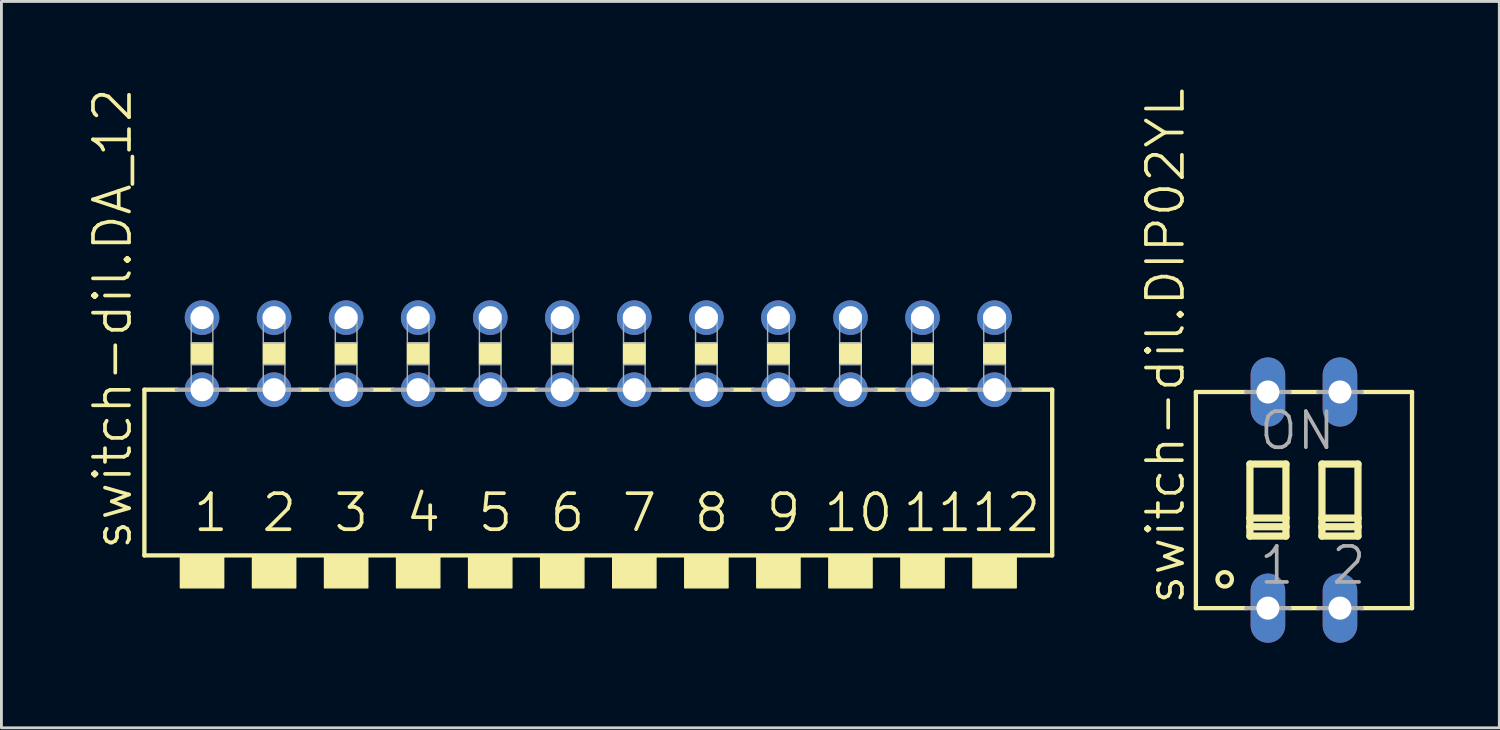
<source format=kicad_pcb>
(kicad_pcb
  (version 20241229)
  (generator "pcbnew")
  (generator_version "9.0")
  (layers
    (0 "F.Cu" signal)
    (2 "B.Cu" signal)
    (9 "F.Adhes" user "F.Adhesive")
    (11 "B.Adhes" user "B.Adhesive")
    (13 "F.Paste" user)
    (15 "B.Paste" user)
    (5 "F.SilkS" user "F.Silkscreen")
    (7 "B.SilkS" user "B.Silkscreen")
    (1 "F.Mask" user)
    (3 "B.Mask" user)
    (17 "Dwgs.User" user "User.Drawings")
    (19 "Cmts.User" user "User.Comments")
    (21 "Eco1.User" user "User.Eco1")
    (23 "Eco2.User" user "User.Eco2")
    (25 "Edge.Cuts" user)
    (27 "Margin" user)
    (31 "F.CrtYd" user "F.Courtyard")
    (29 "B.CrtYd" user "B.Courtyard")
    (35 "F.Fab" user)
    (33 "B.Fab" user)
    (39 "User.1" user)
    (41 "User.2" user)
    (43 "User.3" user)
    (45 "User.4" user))
  (footprint "switch-dil.DIP02YL"
    (layer "F.Cu")
    (at 42.921 14.58)
    (property "Reference" "switch-dil.DIP02YL" (at -4.14 3.759 90) (layer "F.SilkS") (effects (font (size 1.27 1.27) (thickness 0.13)) (justify left bottom)))
    (attr through_hole)
    (fp_line (start -3.81 -3.81) (end -3.81 3.81) (stroke (width 0.152) (type default)) (layer "F.SilkS"))
    (fp_line (start -3.81 -3.81) (end -2.032 -3.81) (stroke (width 0.152) (type default)) (layer "F.SilkS"))
    (fp_line (start -3.81 3.81) (end -2.032 3.81) (stroke (width 0.152) (type default)) (layer "F.SilkS"))
    (fp_line (start -1.905 -1.27) (end -1.905 0.635) (stroke (width 0.254) (type default)) (layer "F.SilkS"))
    (fp_line (start -1.905 0.635) (end -1.905 0.94) (stroke (width 0.254) (type default)) (layer "F.SilkS"))
    (fp_line (start -1.905 0.635) (end -0.635 0.635) (stroke (width 0.254) (type default)) (layer "F.SilkS"))
    (fp_line (start -1.905 0.94) (end -1.905 1.27) (stroke (width 0.254) (type default)) (layer "F.SilkS"))
    (fp_line (start -1.905 0.94) (end -0.635 0.94) (stroke (width 0.254) (type default)) (layer "F.SilkS"))
    (fp_line (start -1.905 1.27) (end -0.635 1.27) (stroke (width 0.254) (type default)) (layer "F.SilkS"))
    (fp_line (start -0.635 -1.27) (end -1.905 -1.27) (stroke (width 0.254) (type default)) (layer "F.SilkS"))
    (fp_line (start -0.635 0.635) (end -0.635 -1.27) (stroke (width 0.254) (type default)) (layer "F.SilkS"))
    (fp_line (start -0.635 0.94) (end -0.635 0.635) (stroke (width 0.254) (type default)) (layer "F.SilkS"))
    (fp_line (start -0.635 1.27) (end -0.635 0.94) (stroke (width 0.254) (type default)) (layer "F.SilkS"))
    (fp_line (start -0.508 3.81) (end 0.508 3.81) (stroke (width 0.152) (type default)) (layer "F.SilkS"))
    (fp_line (start 0.508 -3.81) (end -0.508 -3.81) (stroke (width 0.152) (type default)) (layer "F.SilkS"))
    (fp_line (start 0.635 -1.27) (end 0.635 0.635) (stroke (width 0.254) (type default)) (layer "F.SilkS"))
    (fp_line (start 0.635 0.635) (end 0.635 0.94) (stroke (width 0.254) (type default)) (layer "F.SilkS"))
    (fp_line (start 0.635 0.635) (end 1.905 0.635) (stroke (width 0.254) (type default)) (layer "F.SilkS"))
    (fp_line (start 0.635 0.94) (end 0.635 1.27) (stroke (width 0.254) (type default)) (layer "F.SilkS"))
    (fp_line (start 0.635 0.94) (end 1.905 0.94) (stroke (width 0.254) (type default)) (layer "F.SilkS"))
    (fp_line (start 0.635 1.27) (end 1.905 1.27) (stroke (width 0.254) (type default)) (layer "F.SilkS"))
    (fp_line (start 1.905 -1.27) (end 0.635 -1.27) (stroke (width 0.254) (type default)) (layer "F.SilkS"))
    (fp_line (start 1.905 0.635) (end 1.905 -1.27) (stroke (width 0.254) (type default)) (layer "F.SilkS"))
    (fp_line (start 1.905 0.94) (end 1.905 0.635) (stroke (width 0.254) (type default)) (layer "F.SilkS"))
    (fp_line (start 1.905 1.27) (end 1.905 0.94) (stroke (width 0.254) (type default)) (layer "F.SilkS"))
    (fp_line (start 3.81 -3.81) (end 2.032 -3.81) (stroke (width 0.152) (type default)) (layer "F.SilkS"))
    (fp_line (start 3.81 3.81) (end 2.032 3.81) (stroke (width 0.152) (type default)) (layer "F.SilkS"))
    (fp_line (start 3.81 3.81) (end 3.81 -3.81) (stroke (width 0.152) (type default)) (layer "F.SilkS"))
    (fp_circle (center -2.794 2.794) (end -2.54 2.794) (stroke (width 0.152) (type default)) (fill no) (layer "F.SilkS"))
    (fp_line (start -2.032 3.81) (end -0.508 3.81) (stroke (width 0.152) (type default)) (layer "F.Fab"))
    (fp_line (start -0.508 -3.81) (end -2.032 -3.81) (stroke (width 0.152) (type default)) (layer "F.Fab"))
    (fp_line (start 0.508 3.81) (end 2.032 3.81) (stroke (width 0.152) (type default)) (layer "F.Fab"))
    (fp_line (start 2.032 -3.81) (end 0.508 -3.81) (stroke (width 0.152) (type default)) (layer "F.Fab"))
    (fp_text user "2" (at 0.889 3.048 0) (layer "F.Fab") (effects (font (size 1.27 1.27) (thickness 0.13)) (justify left bottom)))
    (fp_text user "ON" (at -1.651 -1.702 0) (layer "F.Fab") (effects (font (size 1.27 1.27) (thickness 0.13)) (justify left bottom)))
    (fp_text user "1" (at -1.651 3.048 0) (layer "F.Fab") (effects (font (size 1.27 1.27) (thickness 0.13)) (justify left bottom)))
    (pad "1" thru_hole oval (at -1.27 3.81 90) (size 2.438 1.219) (drill 0.813) (layers "*.Cu" "*.Mask"))
    (pad "2" thru_hole oval (at 1.27 3.81 90) (size 2.438 1.219) (drill 0.813) (layers "*.Cu" "*.Mask"))
    (pad "3" thru_hole oval (at 1.27 -3.81 90) (size 2.438 1.219) (drill 0.813) (layers "*.Cu" "*.Mask"))
    (pad "4" thru_hole oval (at -1.27 -3.81 90) (size 2.438 1.219) (drill 0.813) (layers "*.Cu" "*.Mask")))
  (footprint "switch-dil.DA_12"
    (layer "F.Cu")
    (at 18.043 9.419)
    (property "Reference" "switch-dil.DA_12" (at -16.383 6.985 90) (layer "F.SilkS") (effects (font (size 1.27 1.27) (thickness 0.13)) (justify left bottom)))
    (attr through_hole)
    (fp_line (start -16.002 1.27) (end -16.002 7.112) (stroke (width 0.152) (type default)) (layer "F.SilkS"))
    (fp_line (start -14.859 1.27) (end -16.002 1.27) (stroke (width 0.152) (type default)) (layer "F.SilkS"))
    (fp_line (start -12.319 1.27) (end -13.081 1.27) (stroke (width 0.152) (type default)) (layer "F.SilkS"))
    (fp_line (start -9.779 1.27) (end -10.541 1.27) (stroke (width 0.152) (type default)) (layer "F.SilkS"))
    (fp_line (start -7.239 1.27) (end -8.001 1.27) (stroke (width 0.152) (type default)) (layer "F.SilkS"))
    (fp_line (start -4.699 1.27) (end -5.461 1.27) (stroke (width 0.152) (type default)) (layer "F.SilkS"))
    (fp_line (start -2.159 1.27) (end -2.921 1.27) (stroke (width 0.152) (type default)) (layer "F.SilkS"))
    (fp_line (start 0.381 1.27) (end -0.381 1.27) (stroke (width 0.152) (type default)) (layer "F.SilkS"))
    (fp_line (start 2.921 1.27) (end 2.159 1.27) (stroke (width 0.152) (type default)) (layer "F.SilkS"))
    (fp_line (start 5.461 1.27) (end 4.699 1.27) (stroke (width 0.152) (type default)) (layer "F.SilkS"))
    (fp_line (start 8.001 1.27) (end 7.239 1.27) (stroke (width 0.152) (type default)) (layer "F.SilkS"))
    (fp_line (start 10.541 1.27) (end 9.779 1.27) (stroke (width 0.152) (type default)) (layer "F.SilkS"))
    (fp_line (start 13.081 1.27) (end 12.319 1.27) (stroke (width 0.152) (type default)) (layer "F.SilkS"))
    (fp_line (start 14.859 1.27) (end 16.002 1.27) (stroke (width 0.152) (type default)) (layer "F.SilkS"))
    (fp_line (start 16.002 7.112) (end -16.002 7.112) (stroke (width 0.152) (type default)) (layer "F.SilkS"))
    (fp_line (start 16.002 7.112) (end 16.002 1.27) (stroke (width 0.152) (type default)) (layer "F.SilkS"))
    (fp_rect (start -14.732 8.255) (end -13.208 7.112) (stroke (width 0.05) (type default)) (fill yes) (layer "F.SilkS"))
    (fp_rect (start -14.351 0.381) (end -13.589 -0.381) (stroke (width 0.05) (type default)) (fill yes) (layer "F.SilkS"))
    (fp_rect (start -12.192 8.255) (end -10.668 7.112) (stroke (width 0.05) (type default)) (fill yes) (layer "F.SilkS"))
    (fp_rect (start -11.811 0.381) (end -11.049 -0.381) (stroke (width 0.05) (type default)) (fill yes) (layer "F.SilkS"))
    (fp_rect (start -9.652 8.255) (end -8.128 7.112) (stroke (width 0.05) (type default)) (fill yes) (layer "F.SilkS"))
    (fp_rect (start -9.271 0.381) (end -8.509 -0.381) (stroke (width 0.05) (type default)) (fill yes) (layer "F.SilkS"))
    (fp_rect (start -7.112 8.255) (end -5.588 7.112) (stroke (width 0.05) (type default)) (fill yes) (layer "F.SilkS"))
    (fp_rect (start -6.731 0.381) (end -5.969 -0.381) (stroke (width 0.05) (type default)) (fill yes) (layer "F.SilkS"))
    (fp_rect (start -4.572 8.255) (end -3.048 7.112) (stroke (width 0.05) (type default)) (fill yes) (layer "F.SilkS"))
    (fp_rect (start -4.191 0.381) (end -3.429 -0.381) (stroke (width 0.05) (type default)) (fill yes) (layer "F.SilkS"))
    (fp_rect (start -2.032 8.255) (end -0.508 7.112) (stroke (width 0.05) (type default)) (fill yes) (layer "F.SilkS"))
    (fp_rect (start -1.651 0.381) (end -0.889 -0.381) (stroke (width 0.05) (type default)) (fill yes) (layer "F.SilkS"))
    (fp_rect (start 0.508 8.255) (end 2.032 7.112) (stroke (width 0.05) (type default)) (fill yes) (layer "F.SilkS"))
    (fp_rect (start 0.889 0.381) (end 1.651 -0.381) (stroke (width 0.05) (type default)) (fill yes) (layer "F.SilkS"))
    (fp_rect (start 3.048 8.255) (end 4.572 7.112) (stroke (width 0.05) (type default)) (fill yes) (layer "F.SilkS"))
    (fp_rect (start 3.429 0.381) (end 4.191 -0.381) (stroke (width 0.05) (type default)) (fill yes) (layer "F.SilkS"))
    (fp_rect (start 5.588 8.255) (end 7.112 7.112) (stroke (width 0.05) (type default)) (fill yes) (layer "F.SilkS"))
    (fp_rect (start 5.969 0.381) (end 6.731 -0.381) (stroke (width 0.05) (type default)) (fill yes) (layer "F.SilkS"))
    (fp_rect (start 8.128 8.255) (end 9.652 7.112) (stroke (width 0.05) (type default)) (fill yes) (layer "F.SilkS"))
    (fp_rect (start 8.509 0.381) (end 9.271 -0.381) (stroke (width 0.05) (type default)) (fill yes) (layer "F.SilkS"))
    (fp_rect (start 10.668 8.255) (end 12.192 7.112) (stroke (width 0.05) (type default)) (fill yes) (layer "F.SilkS"))
    (fp_rect (start 11.049 0.381) (end 11.811 -0.381) (stroke (width 0.05) (type default)) (fill yes) (layer "F.SilkS"))
    (fp_rect (start 13.208 8.255) (end 14.732 7.112) (stroke (width 0.05) (type default)) (fill yes) (layer "F.SilkS"))
    (fp_rect (start 13.589 0.381) (end 14.351 -0.381) (stroke (width 0.05) (type default)) (fill yes) (layer "F.SilkS"))
    (fp_line (start -14.859 1.27) (end -13.081 1.27) (stroke (width 0.152) (type default)) (layer "F.Fab"))
    (fp_line (start -12.319 1.27) (end -10.541 1.27) (stroke (width 0.152) (type default)) (layer "F.Fab"))
    (fp_line (start -9.779 1.27) (end -8.001 1.27) (stroke (width 0.152) (type default)) (layer "F.Fab"))
    (fp_line (start -7.239 1.27) (end -5.461 1.27) (stroke (width 0.152) (type default)) (layer "F.Fab"))
    (fp_line (start -4.699 1.27) (end -2.921 1.27) (stroke (width 0.152) (type default)) (layer "F.Fab"))
    (fp_line (start -2.159 1.27) (end -0.381 1.27) (stroke (width 0.152) (type default)) (layer "F.Fab"))
    (fp_line (start 0.381 1.27) (end 2.159 1.27) (stroke (width 0.152) (type default)) (layer "F.Fab"))
    (fp_line (start 2.921 1.27) (end 4.699 1.27) (stroke (width 0.152) (type default)) (layer "F.Fab"))
    (fp_line (start 5.461 1.27) (end 7.239 1.27) (stroke (width 0.152) (type default)) (layer "F.Fab"))
    (fp_line (start 8.001 1.27) (end 9.779 1.27) (stroke (width 0.152) (type default)) (layer "F.Fab"))
    (fp_line (start 10.541 1.27) (end 12.319 1.27) (stroke (width 0.152) (type default)) (layer "F.Fab"))
    (fp_line (start 13.081 1.27) (end 14.859 1.27) (stroke (width 0.152) (type default)) (layer "F.Fab"))
    (fp_rect (start -14.351 -0.381) (end -13.589 -1.397) (stroke (width 0.05) (type default)) (fill no) (layer "F.Fab"))
    (fp_rect (start -14.351 1.27) (end -13.589 0.381) (stroke (width 0.05) (type default)) (fill no) (layer "F.Fab"))
    (fp_rect (start -11.811 -0.381) (end -11.049 -1.397) (stroke (width 0.05) (type default)) (fill no) (layer "F.Fab"))
    (fp_rect (start -11.811 1.27) (end -11.049 0.381) (stroke (width 0.05) (type default)) (fill no) (layer "F.Fab"))
    (fp_rect (start -9.271 -0.381) (end -8.509 -1.397) (stroke (width 0.05) (type default)) (fill no) (layer "F.Fab"))
    (fp_rect (start -9.271 1.27) (end -8.509 0.381) (stroke (width 0.05) (type default)) (fill no) (layer "F.Fab"))
    (fp_rect (start -6.731 -0.381) (end -5.969 -1.397) (stroke (width 0.05) (type default)) (fill no) (layer "F.Fab"))
    (fp_rect (start -6.731 1.27) (end -5.969 0.381) (stroke (width 0.05) (type default)) (fill no) (layer "F.Fab"))
    (fp_rect (start -4.191 -0.381) (end -3.429 -1.397) (stroke (width 0.05) (type default)) (fill no) (layer "F.Fab"))
    (fp_rect (start -4.191 1.27) (end -3.429 0.381) (stroke (width 0.05) (type default)) (fill no) (layer "F.Fab"))
    (fp_rect (start -1.651 -0.381) (end -0.889 -1.397) (stroke (width 0.05) (type default)) (fill no) (layer "F.Fab"))
    (fp_rect (start -1.651 1.27) (end -0.889 0.381) (stroke (width 0.05) (type default)) (fill no) (layer "F.Fab"))
    (fp_rect (start 0.889 -0.381) (end 1.651 -1.397) (stroke (width 0.05) (type default)) (fill no) (layer "F.Fab"))
    (fp_rect (start 0.889 1.27) (end 1.651 0.381) (stroke (width 0.05) (type default)) (fill no) (layer "F.Fab"))
    (fp_rect (start 3.429 -0.381) (end 4.191 -1.397) (stroke (width 0.05) (type default)) (fill no) (layer "F.Fab"))
    (fp_rect (start 3.429 1.27) (end 4.191 0.381) (stroke (width 0.05) (type default)) (fill no) (layer "F.Fab"))
    (fp_rect (start 5.969 -0.381) (end 6.731 -1.397) (stroke (width 0.05) (type default)) (fill no) (layer "F.Fab"))
    (fp_rect (start 5.969 1.27) (end 6.731 0.381) (stroke (width 0.05) (type default)) (fill no) (layer "F.Fab"))
    (fp_rect (start 8.509 -0.381) (end 9.271 -1.397) (stroke (width 0.05) (type default)) (fill no) (layer "F.Fab"))
    (fp_rect (start 8.509 1.27) (end 9.271 0.381) (stroke (width 0.05) (type default)) (fill no) (layer "F.Fab"))
    (fp_rect (start 11.049 -0.381) (end 11.811 -1.397) (stroke (width 0.05) (type default)) (fill no) (layer "F.Fab"))
    (fp_rect (start 11.049 1.27) (end 11.811 0.381) (stroke (width 0.05) (type default)) (fill no) (layer "F.Fab"))
    (fp_rect (start 13.589 -0.381) (end 14.351 -1.397) (stroke (width 0.05) (type default)) (fill no) (layer "F.Fab"))
    (fp_rect (start 13.589 1.27) (end 14.351 0.381) (stroke (width 0.05) (type default)) (fill no) (layer "F.Fab"))
    (fp_text user "1" (at -14.351 6.35 0) (layer "F.SilkS") (effects (font (size 1.27 1.27) (thickness 0.13)) (justify left bottom)))
    (fp_text user "5" (at -4.318 6.35 0) (layer "F.SilkS") (effects (font (size 1.27 1.27) (thickness 0.13)) (justify left bottom)))
    (fp_text user "9" (at 5.842 6.35 0) (layer "F.SilkS") (effects (font (size 1.27 1.27) (thickness 0.13)) (justify left bottom)))
    (fp_text user "10" (at 7.874 6.35 0) (layer "F.SilkS") (effects (font (size 1.27 1.27) (thickness 0.13)) (justify left bottom)))
    (fp_text user "7" (at 0.762 6.35 0) (layer "F.SilkS") (effects (font (size 1.27 1.27) (thickness 0.13)) (justify left bottom)))
    (fp_text user "3" (at -9.398 6.35 0) (layer "F.SilkS") (effects (font (size 1.27 1.27) (thickness 0.13)) (justify left bottom)))
    (fp_text user "11" (at 10.668 6.35 0) (layer "F.SilkS") (effects (font (size 1.27 1.27) (thickness 0.13)) (justify left bottom)))
    (fp_text user "8" (at 3.302 6.35 0) (layer "F.SilkS") (effects (font (size 1.27 1.27) (thickness 0.13)) (justify left bottom)))
    (fp_text user "2" (at -11.938 6.35 0) (layer "F.SilkS") (effects (font (size 1.27 1.27) (thickness 0.13)) (justify left bottom)))
    (fp_text user "6" (at -1.778 6.35 0) (layer "F.SilkS") (effects (font (size 1.27 1.27) (thickness 0.13)) (justify left bottom)))
    (fp_text user "4" (at -6.858 6.35 0) (layer "F.SilkS") (effects (font (size 1.27 1.27) (thickness 0.13)) (justify left bottom)))
    (fp_text user "12" (at 13.081 6.35 0) (layer "F.SilkS") (effects (font (size 1.27 1.27) (thickness 0.13)) (justify left bottom)))
    (pad "1" thru_hole circle (at -13.97 1.27) (size 1.219 1.219) (drill 0.813) (layers "*.Cu" "*.Mask"))
    (pad "2" thru_hole circle (at -11.43 1.27) (size 1.219 1.219) (drill 0.813) (layers "*.Cu" "*.Mask"))
    (pad "3" thru_hole circle (at -8.89 1.27) (size 1.219 1.219) (drill 0.813) (layers "*.Cu" "*.Mask"))
    (pad "4" thru_hole circle (at -6.35 1.27) (size 1.219 1.219) (drill 0.813) (layers "*.Cu" "*.Mask"))
    (pad "5" thru_hole circle (at -3.81 1.27) (size 1.219 1.219) (drill 0.813) (layers "*.Cu" "*.Mask"))
    (pad "6" thru_hole circle (at -1.27 1.27) (size 1.219 1.219) (drill 0.813) (layers "*.Cu" "*.Mask"))
    (pad "7" thru_hole circle (at 1.27 1.27) (size 1.219 1.219) (drill 0.813) (layers "*.Cu" "*.Mask"))
    (pad "8" thru_hole circle (at 3.81 1.27) (size 1.219 1.219) (drill 0.813) (layers "*.Cu" "*.Mask"))
    (pad "9" thru_hole circle (at 6.35 1.27) (size 1.219 1.219) (drill 0.813) (layers "*.Cu" "*.Mask"))
    (pad "10" thru_hole circle (at 8.89 1.27) (size 1.219 1.219) (drill 0.813) (layers "*.Cu" "*.Mask"))
    (pad "11" thru_hole circle (at 11.43 1.27) (size 1.219 1.219) (drill 0.813) (layers "*.Cu" "*.Mask"))
    (pad "12" thru_hole circle (at 13.97 1.27) (size 1.219 1.219) (drill 0.813) (layers "*.Cu" "*.Mask"))
    (pad "13" thru_hole circle (at 13.97 -1.27) (size 1.219 1.219) (drill 0.813) (layers "*.Cu" "*.Mask"))
    (pad "14" thru_hole circle (at 11.43 -1.27) (size 1.219 1.219) (drill 0.813) (layers "*.Cu" "*.Mask"))
    (pad "15" thru_hole circle (at 8.89 -1.27) (size 1.219 1.219) (drill 0.813) (layers "*.Cu" "*.Mask"))
    (pad "16" thru_hole circle (at 6.35 -1.27) (size 1.219 1.219) (drill 0.813) (layers "*.Cu" "*.Mask"))
    (pad "17" thru_hole circle (at 3.81 -1.27) (size 1.219 1.219) (drill 0.813) (layers "*.Cu" "*.Mask"))
    (pad "18" thru_hole circle (at 1.27 -1.27) (size 1.219 1.219) (drill 0.813) (layers "*.Cu" "*.Mask"))
    (pad "19" thru_hole circle (at -1.27 -1.27) (size 1.219 1.219) (drill 0.813) (layers "*.Cu" "*.Mask"))
    (pad "20" thru_hole circle (at -3.81 -1.27) (size 1.219 1.219) (drill 0.813) (layers "*.Cu" "*.Mask"))
    (pad "21" thru_hole circle (at -6.35 -1.27) (size 1.219 1.219) (drill 0.813) (layers "*.Cu" "*.Mask"))
    (pad "22" thru_hole circle (at -8.89 -1.27) (size 1.219 1.219) (drill 0.813) (layers "*.Cu" "*.Mask"))
    (pad "23" thru_hole circle (at -11.43 -1.27) (size 1.219 1.219) (drill 0.813) (layers "*.Cu" "*.Mask"))
    (pad "24" thru_hole circle (at -13.97 -1.27) (size 1.219 1.219) (drill 0.813) (layers "*.Cu" "*.Mask")))
  (gr_rect
    (start -3 -3)
    (end 49.808 22.609)
    (stroke (width 0.1) (type default))
    (fill no)
    (layer "Edge.Cuts")))
</source>
